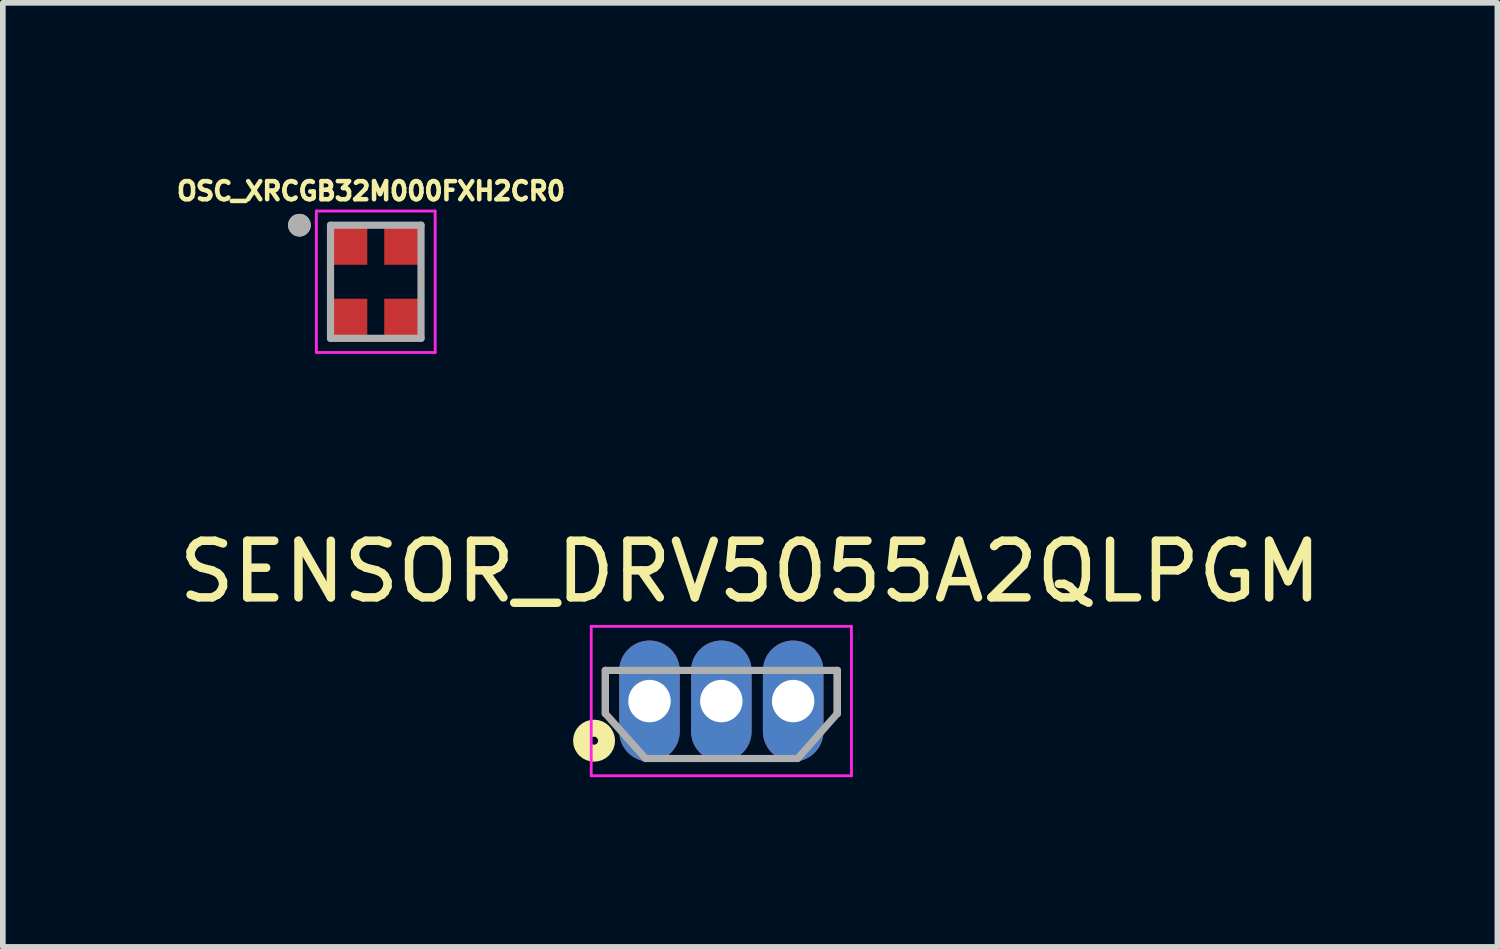
<source format=kicad_pcb>
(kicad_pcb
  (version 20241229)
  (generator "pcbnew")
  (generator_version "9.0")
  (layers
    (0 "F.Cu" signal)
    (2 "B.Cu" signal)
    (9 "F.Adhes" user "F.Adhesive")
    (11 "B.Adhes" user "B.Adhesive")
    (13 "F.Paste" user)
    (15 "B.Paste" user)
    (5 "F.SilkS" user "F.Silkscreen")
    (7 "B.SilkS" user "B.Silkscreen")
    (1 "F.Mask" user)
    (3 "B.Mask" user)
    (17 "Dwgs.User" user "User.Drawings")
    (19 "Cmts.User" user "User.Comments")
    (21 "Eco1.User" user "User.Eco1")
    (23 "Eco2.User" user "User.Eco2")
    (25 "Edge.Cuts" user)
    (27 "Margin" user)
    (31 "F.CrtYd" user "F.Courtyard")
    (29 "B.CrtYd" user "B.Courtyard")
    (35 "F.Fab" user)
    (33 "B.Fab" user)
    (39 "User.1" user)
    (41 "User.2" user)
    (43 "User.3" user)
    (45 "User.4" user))
  (footprint "OSC_XRCGB32M000FXH2CR0"
    (layer "F.Cu")
    (at 3.593 1.931)
    (property "Reference" "OSC_XRCGB32M000FXH2CR0" (at -0.084 -1.603 0) (layer "F.SilkS") (effects (font (size 0.32 0.32) (thickness 0.15))))
    (attr through_hole)
    (fp_circle (center -1.35 -1) (end -1.25 -1) (stroke (width 0.2) (type solid)) (fill no) (layer "F.SilkS"))
    (fp_line (start -1.05 -1.25) (end 1.05 -1.25) (stroke (width 0.05) (type solid)) (layer "F.CrtYd"))
    (fp_line (start -1.05 1.25) (end -1.05 -1.25) (stroke (width 0.05) (type solid)) (layer "F.CrtYd"))
    (fp_line (start 1.05 -1.25) (end 1.05 1.25) (stroke (width 0.05) (type solid)) (layer "F.CrtYd"))
    (fp_line (start 1.05 1.25) (end -1.05 1.25) (stroke (width 0.05) (type solid)) (layer "F.CrtYd"))
    (fp_line (start -0.8 -1) (end 0.8 -1) (stroke (width 0.127) (type solid)) (layer "F.Fab"))
    (fp_line (start -0.8 1) (end -0.8 -1) (stroke (width 0.127) (type solid)) (layer "F.Fab"))
    (fp_line (start 0.8 -1) (end 0.8 1) (stroke (width 0.127) (type solid)) (layer "F.Fab"))
    (fp_line (start 0.8 1) (end -0.8 1) (stroke (width 0.127) (type solid)) (layer "F.Fab"))
    (fp_circle (center -1.35 -1) (end -1.25 -1) (stroke (width 0.2) (type solid)) (fill no) (layer "F.Fab"))
    (pad "1" smd rect (at -0.5 -0.675) (size 0.7 0.75) (layers "F.Cu" "F.Mask" "F.Paste"))
    (pad "2" smd rect (at -0.5 0.675) (size 0.7 0.75) (layers "F.Cu" "F.Mask" "F.Paste"))
    (pad "3" smd rect (at 0.5 0.675) (size 0.7 0.75) (layers "F.Cu" "F.Mask" "F.Paste"))
    (pad "4" smd rect (at 0.5 -0.675) (size 0.7 0.75) (layers "F.Cu" "F.Mask" "F.Paste")))
  (footprint "SENSOR_DRV5055A2QLPGM"
    (layer "F.Cu")
    (at 9.702 9.344)
    (property "Reference" "SENSOR_DRV5055A2QLPGM" (at 0.509 -2.289 0) (layer "F.SilkS") (effects (font (size 1.001 1.001) (thickness 0.15))))
    (attr through_hole)
    (fp_line (start -2.05 -0.542) (end -2.05 0.22) (stroke (width 0.127) (type solid)) (layer "F.SilkS"))
    (fp_line (start 2.05 -0.542) (end 2.05 0.22) (stroke (width 0.127) (type solid)) (layer "F.SilkS"))
    (fp_circle (center -2.25 0.7) (end -2.179 0.7) (stroke (width 0.3) (type solid)) (fill no) (layer "F.SilkS"))
    (fp_line (start -2.3 -1.32) (end 2.3 -1.32) (stroke (width 0.05) (type solid)) (layer "F.CrtYd"))
    (fp_line (start -2.3 1.32) (end -2.3 -1.32) (stroke (width 0.05) (type solid)) (layer "F.CrtYd"))
    (fp_line (start 2.3 -1.32) (end 2.3 1.32) (stroke (width 0.05) (type solid)) (layer "F.CrtYd"))
    (fp_line (start 2.3 1.32) (end -2.3 1.32) (stroke (width 0.05) (type solid)) (layer "F.CrtYd"))
    (fp_line (start -2.05 -0.542) (end -2.05 0.22) (stroke (width 0.127) (type solid)) (layer "F.Fab"))
    (fp_line (start -2.05 0.22) (end -1.34 1.015) (stroke (width 0.127) (type solid)) (layer "F.Fab"))
    (fp_line (start 1.34 1.015) (end -1.34 1.015) (stroke (width 0.127) (type solid)) (layer "F.Fab"))
    (fp_line (start 2.05 -0.542) (end -2.05 -0.542) (stroke (width 0.127) (type solid)) (layer "F.Fab"))
    (fp_line (start 2.05 -0.542) (end 2.05 0.22) (stroke (width 0.127) (type solid)) (layer "F.Fab"))
    (fp_line (start 2.05 0.22) (end 1.35 1.015) (stroke (width 0.127) (type solid)) (layer "F.Fab"))
    (pad "1" thru_hole oval (at -1.27 0) (size 1.07 2.14) (drill 0.75) (layers "*.Cu" "*.Mask"))
    (pad "2" thru_hole oval (at 0 0) (size 1.07 2.14) (drill 0.75) (layers "*.Cu" "*.Mask"))
    (pad "3" thru_hole oval (at 1.27 0) (size 1.07 2.14) (drill 0.75) (layers "*.Cu" "*.Mask")))
  (gr_rect
    (start -3 -3)
    (end 23.421 13.689)
    (stroke (width 0.1) (type default))
    (fill no)
    (layer "Edge.Cuts")))
</source>
